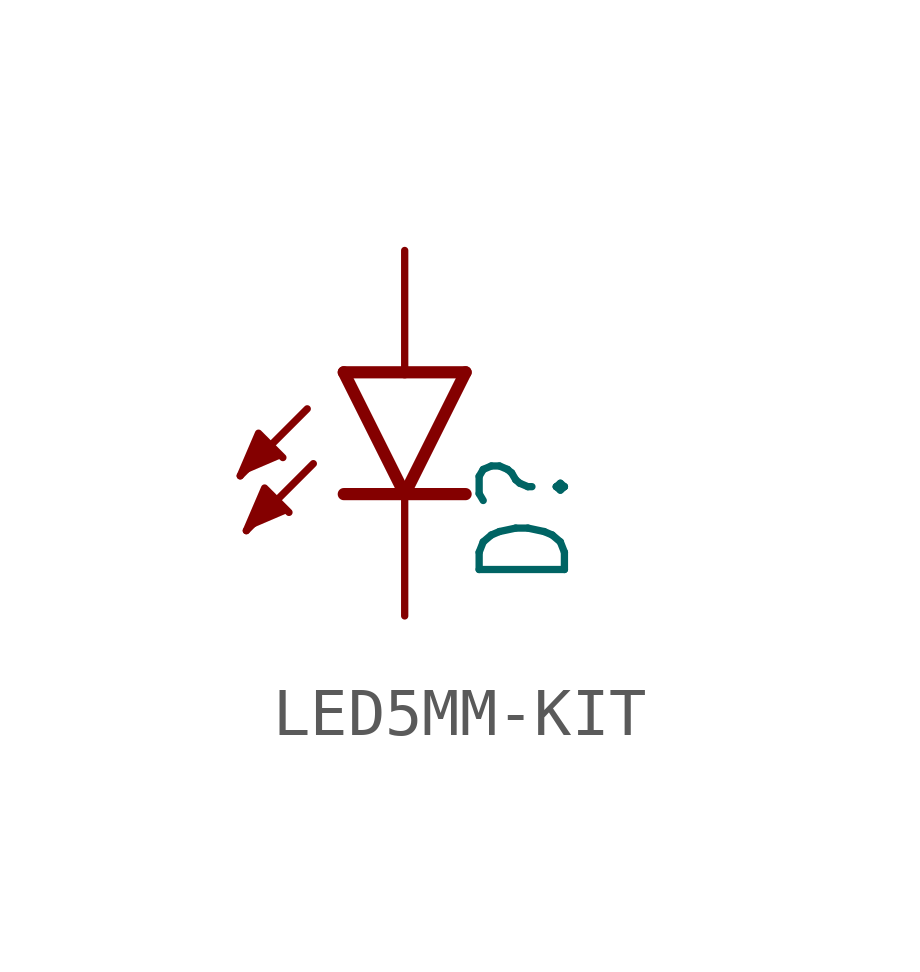
<source format=kicad_sym>
(kicad_symbol_lib
  (version 20220914)
  (generator kicad_symbol_editor)
  (symbol "LED5MM-KIT"
    (property "Reference" "D"
      (at 3.556 -4.572 90)
      (effects (font (size 1.778 1.511)) (justify left bottom)))
    (property "Value" ""
      (at 5.715 -4.572 90)
      (effects (font (size 1.778 1.511)) (justify left bottom)))
    (property "ki_locked" ""
      (at 0 0 0)
      (effects (font (size 1.27 1.27))))
    (symbol "LED5MM-KIT_1_0"
      (polyline (pts (xy -2.032 -0.762) (xy -3.429 -2.159)) (stroke (width 0.152) (type solid)) (fill (type none)))
      (polyline (pts (xy -1.905 -1.905) (xy -3.302 -3.302)) (stroke (width 0.152) (type solid)) (fill (type none)))
      (polyline (pts (xy 0 -2.54) (xy -1.27 -2.54)) (stroke (width 0.254) (type solid)) (fill (type none)))
      (polyline (pts (xy 0 -2.54) (xy -1.27 0)) (stroke (width 0.254) (type solid)) (fill (type none)))
      (polyline (pts (xy 0 0) (xy -1.27 0)) (stroke (width 0.254) (type solid)) (fill (type none)))
      (polyline (pts (xy 1.27 -2.54) (xy 0 -2.54)) (stroke (width 0.254) (type solid)) (fill (type none)))
      (polyline (pts (xy 1.27 0) (xy 0 -2.54)) (stroke (width 0.254) (type solid)) (fill (type none)))
      (polyline (pts (xy 1.27 0) (xy 0 0)) (stroke (width 0.254) (type solid)) (fill (type none)))
      (polyline (pts (xy -3.429 -2.159) (xy -3.048 -1.27) (xy -2.54 -1.778)) (stroke (width 0.152) (type solid)) (fill (type outline)))
      (polyline (pts (xy -3.302 -3.302) (xy -2.921 -2.413) (xy -2.413 -2.921)) (stroke (width 0.152) (type solid)) (fill (type outline)))
      (pin passive line (at 0 2.54 270) (length 2.54) (name "A" (effects (font (size 0 0)))) (number "A" (effects (font (size 0 0)))))
      (pin passive line (at 0 -5.08 90) (length 2.54) (name "C" (effects (font (size 0 0)))) (number "K" (effects (font (size 0 0))))))))
</source>
